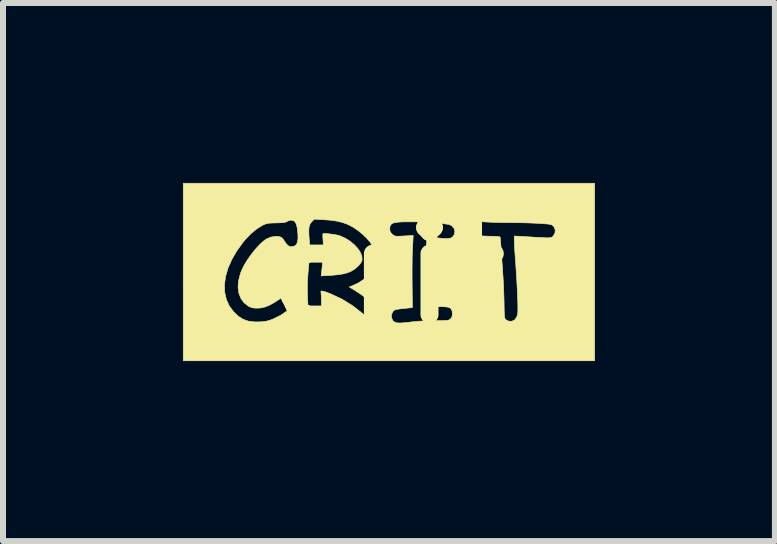
<source format=kicad_pcb>
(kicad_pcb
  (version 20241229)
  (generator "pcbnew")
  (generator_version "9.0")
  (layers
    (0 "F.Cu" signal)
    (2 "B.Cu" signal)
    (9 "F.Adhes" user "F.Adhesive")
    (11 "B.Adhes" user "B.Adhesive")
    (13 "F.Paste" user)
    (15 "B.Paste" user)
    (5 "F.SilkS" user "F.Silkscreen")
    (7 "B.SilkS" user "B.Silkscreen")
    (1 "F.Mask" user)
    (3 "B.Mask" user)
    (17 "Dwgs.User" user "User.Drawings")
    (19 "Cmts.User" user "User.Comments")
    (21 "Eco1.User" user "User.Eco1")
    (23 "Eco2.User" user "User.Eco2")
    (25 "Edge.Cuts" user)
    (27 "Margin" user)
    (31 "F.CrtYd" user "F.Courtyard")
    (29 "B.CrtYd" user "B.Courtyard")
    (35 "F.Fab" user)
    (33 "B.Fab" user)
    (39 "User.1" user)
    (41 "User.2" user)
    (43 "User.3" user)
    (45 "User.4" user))
  (footprint "crit"
    (layer "F.Cu")
    (at 3.421 1.505)
    (property "Reference" "crit" (at 0 0 0) (layer "F.SilkS") (effects (font (size 1.524 1.524) (thickness 0.3))))
    (attr through_hole)
    (fp_poly (pts (xy -1.031 -0.661) (xy -0.981 -0.656) (xy -0.926 -0.649) (xy -0.872 -0.64) (xy -0.825 -0.63) (xy -0.804 -0.623) (xy -0.716 -0.584) (xy -0.635 -0.534) (xy -0.564 -0.475) (xy -0.506 -0.412) (xy -0.463 -0.347) (xy -0.438 -0.283) (xy -0.434 -0.224) (xy -0.441 -0.198) (xy -0.467 -0.155) (xy -0.51 -0.109) (xy -0.564 -0.065) (xy -0.613 -0.035) (xy -0.674 -0.009) (xy -0.744 0.01) (xy -0.828 0.024) (xy -0.932 0.034) (xy -0.969 0.036) (xy -1.116 0.045) (xy -1.107 -0.035) (xy -1.094 -0.162) (xy -1.085 -0.268) (xy -1.08 -0.357) (xy -1.079 -0.433) (xy -1.082 -0.501) (xy -1.083 -0.522) (xy -1.087 -0.578) (xy -1.089 -0.623) (xy -1.088 -0.652) (xy -1.086 -0.658) (xy -1.069 -0.662) (xy -1.031 -0.661)) (stroke (width 0.01) (type solid)) (fill yes) (layer "F.SilkS"))
    (fp_poly (pts (xy 3.443 1.46) (xy -3.416 1.46) (xy -3.416 0.189) (xy -2.729 0.189) (xy -2.725 0.317) (xy -2.698 0.436) (xy -2.649 0.546) (xy -2.579 0.64) (xy -2.5 0.716) (xy -2.418 0.768) (xy -2.327 0.8) (xy -2.223 0.812) (xy -2.157 0.812) (xy -2.082 0.808) (xy -2.022 0.798) (xy -1.964 0.781) (xy -1.928 0.768) (xy -1.789 0.7) (xy -1.659 0.611) (xy -1.619 0.578) (xy -1.586 0.545) (xy -1.569 0.519) (xy -1.563 0.49) (xy -1.563 0.475) (xy -1.572 0.429) (xy -1.598 0.394) (xy -1.6 0.392) (xy -1.634 0.37) (xy -1.67 0.364) (xy -1.711 0.374) (xy -1.764 0.401) (xy -1.809 0.43) (xy -1.904 0.492) (xy -1.985 0.536) (xy -2.057 0.564) (xy -2.125 0.579) (xy -2.177 0.582) (xy -2.233 0.581) (xy -2.275 0.573) (xy -2.313 0.557) (xy -2.334 0.546) (xy -2.405 0.489) (xy -2.457 0.416) (xy -2.49 0.328) (xy -2.499 0.249) (xy -1.347 0.249) (xy -1.346 0.332) (xy -1.342 0.43) (xy -1.34 0.478) (xy -1.336 0.574) (xy -1.332 0.647) (xy -1.328 0.7) (xy -1.323 0.738) (xy -1.318 0.764) (xy -1.311 0.781) (xy -1.302 0.794) (xy -1.297 0.799) (xy -1.256 0.825) (xy -1.208 0.831) (xy -1.161 0.815) (xy -1.14 0.798) (xy -1.129 0.785) (xy -1.121 0.77) (xy -1.115 0.749) (xy -1.112 0.717) (xy -1.111 0.67) (xy -1.111 0.604) (xy -1.111 0.551) (xy -1.112 0.476) (xy -1.114 0.41) (xy -1.116 0.358) (xy -1.119 0.324) (xy -1.12 0.315) (xy -1.121 0.3) (xy -1.106 0.296) (xy -1.074 0.302) (xy -1.022 0.319) (xy -0.96 0.343) (xy -0.77 0.432) (xy -0.59 0.543) (xy -0.417 0.679) (xy -0.381 0.711) (xy -0.32 0.763) (xy -0.271 0.794) (xy -0.231 0.806) (xy -0.197 0.799) (xy -0.165 0.774) (xy -0.155 0.763) (xy -0.127 0.719) (xy -0.123 0.678) (xy -0.14 0.631) (xy -0.169 0.59) (xy -0.218 0.539) (xy -0.283 0.482) (xy -0.361 0.42) (xy -0.449 0.356) (xy -0.541 0.295) (xy -0.602 0.257) (xy -0.649 0.229) (xy -0.612 0.215) (xy -0.499 0.164) (xy -0.403 0.101) (xy -0.333 0.04) (xy -0.287 -0.008) (xy -0.256 -0.046) (xy -0.236 -0.083) (xy -0.221 -0.125) (xy -0.22 -0.128) (xy -0.208 -0.178) (xy -0.204 -0.22) (xy -0.207 -0.267) (xy -0.212 -0.299) (xy -0.226 -0.359) (xy -0.247 -0.421) (xy -0.263 -0.459) (xy -0.303 -0.522) (xy -0.362 -0.589) (xy -0.435 -0.658) (xy -0.514 -0.721) (xy -0.532 -0.733) (xy 0.027 -0.733) (xy 0.027 -0.732) (xy 0.033 -0.694) (xy 0.055 -0.663) (xy 0.07 -0.649) (xy 0.09 -0.633) (xy 0.108 -0.623) (xy 0.13 -0.618) (xy 0.162 -0.616) (xy 0.211 -0.618) (xy 0.266 -0.621) (xy 0.418 -0.629) (xy 0.407 -0.425) (xy 0.404 -0.356) (xy 0.401 -0.266) (xy 0.4 -0.162) (xy 0.399 -0.048) (xy 0.399 0.068) (xy 0.4 0.176) (xy 0.404 0.573) (xy 0.319 0.582) (xy 0.24 0.59) (xy 0.183 0.597) (xy 0.143 0.603) (xy 0.117 0.61) (xy 0.1 0.619) (xy 0.088 0.63) (xy 0.08 0.639) (xy 0.057 0.688) (xy 0.056 0.74) (xy 0.077 0.787) (xy 0.086 0.798) (xy 0.106 0.813) (xy 0.131 0.824) (xy 0.165 0.829) (xy 0.212 0.83) (xy 0.276 0.825) (xy 0.36 0.816) (xy 0.408 0.81) (xy 0.481 0.803) (xy 0.571 0.797) (xy 0.668 0.793) (xy 0.761 0.791) (xy 0.789 0.79) (xy 0.871 0.79) (xy 0.931 0.789) (xy 0.972 0.787) (xy 1.001 0.783) (xy 1.019 0.777) (xy 1.033 0.768) (xy 1.041 0.761) (xy 1.064 0.728) (xy 1.071 0.683) (xy 1.071 0.678) (xy 1.067 0.633) (xy 1.054 0.6) (xy 1.029 0.577) (xy 0.988 0.564) (xy 0.928 0.558) (xy 0.847 0.558) (xy 0.801 0.559) (xy 0.632 0.566) (xy 0.627 0.273) (xy 0.626 0.191) (xy 0.626 0.099) (xy 0.626 -0.000353) (xy 0.628 -0.103) (xy 0.63 -0.205) (xy 0.632 -0.303) (xy 0.635 -0.393) (xy 0.638 -0.471) (xy 0.642 -0.535) (xy 0.645 -0.579) (xy 0.649 -0.601) (xy 0.649 -0.602) (xy 0.664 -0.604) (xy 0.7 -0.603) (xy 0.75 -0.599) (xy 0.786 -0.594) (xy 0.877 -0.583) (xy 0.946 -0.577) (xy 0.997 -0.577) (xy 1.033 -0.583) (xy 1.06 -0.594) (xy 1.079 -0.609) (xy 1.107 -0.653) (xy 1.112 -0.702) (xy 1.098 -0.75) (xy 1.083 -0.767) (xy 1.302 -0.767) (xy 1.307 -0.725) (xy 1.336 -0.685) (xy 1.337 -0.684) (xy 1.38 -0.657) (xy 1.449 -0.637) (xy 1.543 -0.623) (xy 1.663 -0.617) (xy 1.722 -0.616) (xy 1.792 -0.615) (xy 1.838 -0.612) (xy 1.862 -0.605) (xy 1.868 -0.599) (xy 1.87 -0.581) (xy 1.874 -0.541) (xy 1.878 -0.483) (xy 1.884 -0.413) (xy 1.888 -0.348) (xy 1.894 -0.253) (xy 1.901 -0.149) (xy 1.908 -0.047) (xy 1.914 0.043) (xy 1.916 0.074) (xy 1.921 0.154) (xy 1.925 0.251) (xy 1.929 0.355) (xy 1.932 0.457) (xy 1.933 0.507) (xy 1.934 0.594) (xy 1.936 0.658) (xy 1.939 0.704) (xy 1.942 0.734) (xy 1.948 0.754) (xy 1.955 0.767) (xy 1.966 0.777) (xy 1.968 0.779) (xy 2.013 0.8) (xy 2.062 0.801) (xy 2.106 0.781) (xy 2.115 0.772) (xy 2.139 0.737) (xy 2.157 0.695) (xy 2.161 0.665) (xy 2.163 0.611) (xy 2.163 0.534) (xy 2.16 0.437) (xy 2.155 0.323) (xy 2.149 0.194) (xy 2.141 0.052) (xy 2.131 -0.101) (xy 2.123 -0.208) (xy 2.117 -0.295) (xy 2.111 -0.378) (xy 2.107 -0.452) (xy 2.104 -0.51) (xy 2.103 -0.547) (xy 2.103 -0.548) (xy 2.103 -0.62) (xy 2.254 -0.612) (xy 2.377 -0.604) (xy 2.476 -0.598) (xy 2.555 -0.594) (xy 2.614 -0.591) (xy 2.658 -0.59) (xy 2.69 -0.591) (xy 2.711 -0.593) (xy 2.725 -0.597) (xy 2.735 -0.603) (xy 2.743 -0.611) (xy 2.752 -0.62) (xy 2.78 -0.666) (xy 2.786 -0.718) (xy 2.768 -0.768) (xy 2.756 -0.783) (xy 2.743 -0.796) (xy 2.728 -0.806) (xy 2.706 -0.813) (xy 2.673 -0.819) (xy 2.624 -0.823) (xy 2.554 -0.828) (xy 2.525 -0.83) (xy 2.45 -0.834) (xy 2.355 -0.838) (xy 2.248 -0.841) (xy 2.138 -0.843) (xy 2.031 -0.844) (xy 2.01 -0.844) (xy 1.911 -0.845) (xy 1.811 -0.847) (xy 1.717 -0.85) (xy 1.635 -0.854) (xy 1.571 -0.858) (xy 1.555 -0.86) (xy 1.474 -0.867) (xy 1.415 -0.869) (xy 1.374 -0.863) (xy 1.345 -0.85) (xy 1.326 -0.828) (xy 1.32 -0.818) (xy 1.302 -0.767) (xy 1.083 -0.767) (xy 1.065 -0.788) (xy 1.025 -0.809) (xy 0.983 -0.818) (xy 0.92 -0.826) (xy 0.84 -0.835) (xy 0.749 -0.842) (xy 0.651 -0.849) (xy 0.551 -0.854) (xy 0.454 -0.857) (xy 0.387 -0.857) (xy 0.279 -0.857) (xy 0.195 -0.854) (xy 0.131 -0.847) (xy 0.086 -0.837) (xy 0.056 -0.821) (xy 0.038 -0.799) (xy 0.029 -0.77) (xy 0.027 -0.733) (xy -0.532 -0.733) (xy -0.583 -0.767) (xy -0.669 -0.812) (xy -0.758 -0.845) (xy -0.857 -0.869) (xy -0.972 -0.885) (xy -1.062 -0.891) (xy -1.231 -0.901) (xy -1.271 -0.861) (xy -1.295 -0.832) (xy -1.311 -0.799) (xy -1.32 -0.756) (xy -1.323 -0.699) (xy -1.32 -0.623) (xy -1.315 -0.558) (xy -1.31 -0.497) (xy -1.307 -0.44) (xy -1.307 -0.382) (xy -1.31 -0.318) (xy -1.315 -0.24) (xy -1.323 -0.144) (xy -1.327 -0.102) (xy -1.336 0.005) (xy -1.342 0.093) (xy -1.346 0.172) (xy -1.347 0.249) (xy -2.499 0.249) (xy -2.502 0.23) (xy -2.493 0.122) (xy -2.463 0.007) (xy -2.444 -0.044) (xy -2.402 -0.13) (xy -2.347 -0.221) (xy -2.283 -0.312) (xy -2.214 -0.398) (xy -2.145 -0.474) (xy -2.079 -0.535) (xy -2.03 -0.57) (xy -1.955 -0.602) (xy -1.874 -0.615) (xy -1.817 -0.611) (xy -1.778 -0.596) (xy -1.748 -0.564) (xy -1.74 -0.552) (xy -1.702 -0.495) (xy -1.669 -0.46) (xy -1.636 -0.444) (xy -1.618 -0.442) (xy -1.568 -0.45) (xy -1.533 -0.473) (xy -1.512 -0.515) (xy -1.503 -0.578) (xy -1.505 -0.662) (xy -1.514 -0.747) (xy -1.528 -0.809) (xy -1.547 -0.85) (xy -1.574 -0.874) (xy -1.61 -0.884) (xy -1.624 -0.884) (xy -1.659 -0.876) (xy -1.686 -0.862) (xy -1.708 -0.852) (xy -1.742 -0.845) (xy -1.792 -0.841) (xy -1.864 -0.839) (xy -1.867 -0.839) (xy -1.935 -0.837) (xy -1.985 -0.834) (xy -2.022 -0.828) (xy -2.055 -0.817) (xy -2.09 -0.801) (xy -2.187 -0.742) (xy -2.285 -0.662) (xy -2.379 -0.565) (xy -2.413 -0.524) (xy -2.52 -0.377) (xy -2.605 -0.231) (xy -2.669 -0.087) (xy -2.71 0.054) (xy -2.729 0.189) (xy -3.416 0.189) (xy -3.416 -1.5) (xy 3.443 -1.5) (xy 3.443 1.46)) (stroke (width 0.01) (type solid)) (fill yes) (layer "F.SilkS")))
  (gr_rect
    (start -3 -3)
    (end 9.869 5.971)
    (stroke (width 0.1) (type default))
    (fill no)
    (layer "Edge.Cuts")))
</source>
